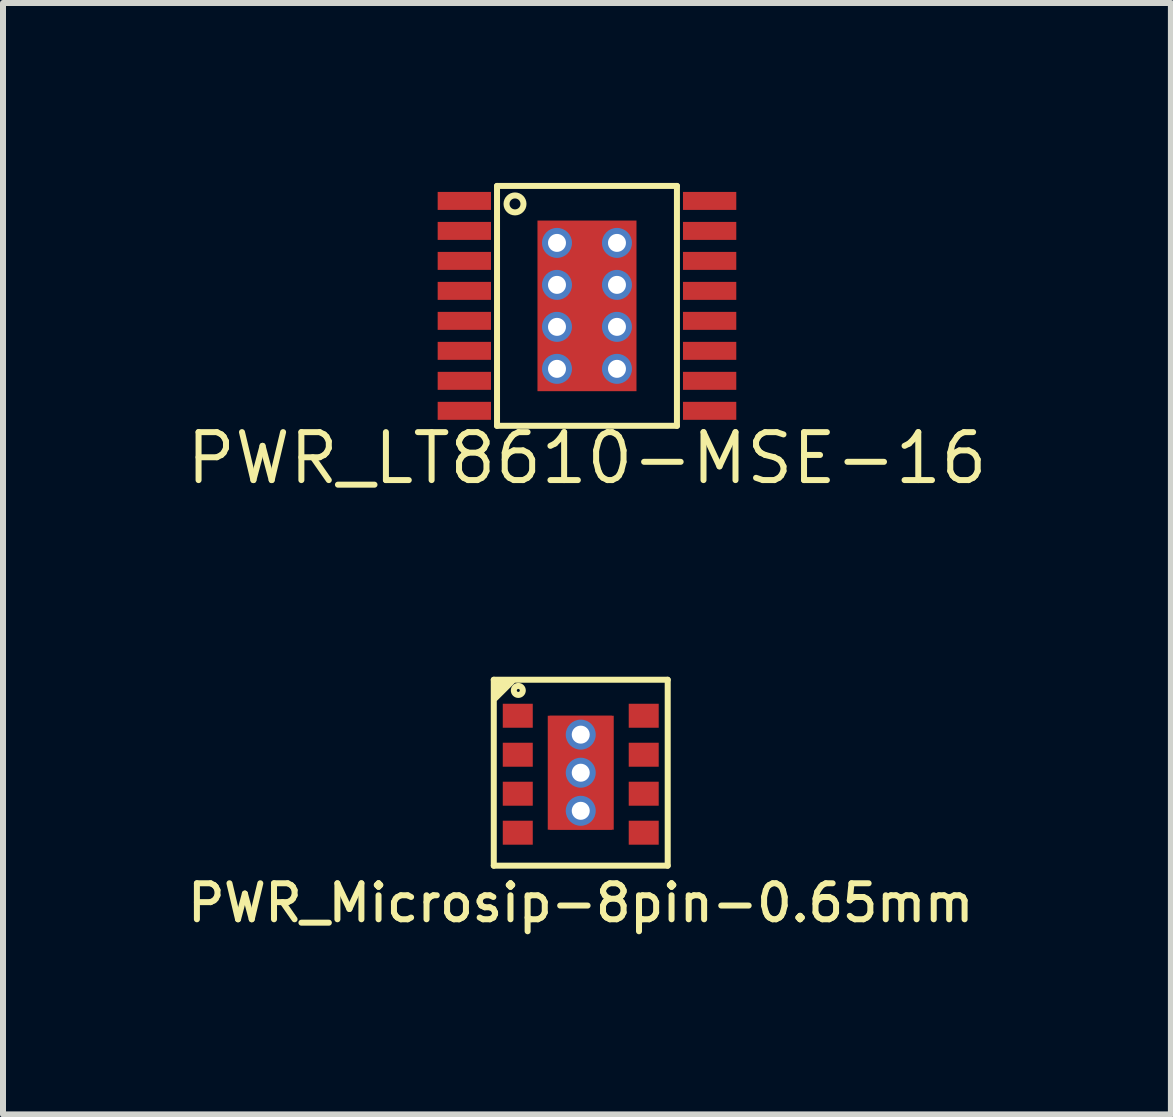
<source format=kicad_pcb>
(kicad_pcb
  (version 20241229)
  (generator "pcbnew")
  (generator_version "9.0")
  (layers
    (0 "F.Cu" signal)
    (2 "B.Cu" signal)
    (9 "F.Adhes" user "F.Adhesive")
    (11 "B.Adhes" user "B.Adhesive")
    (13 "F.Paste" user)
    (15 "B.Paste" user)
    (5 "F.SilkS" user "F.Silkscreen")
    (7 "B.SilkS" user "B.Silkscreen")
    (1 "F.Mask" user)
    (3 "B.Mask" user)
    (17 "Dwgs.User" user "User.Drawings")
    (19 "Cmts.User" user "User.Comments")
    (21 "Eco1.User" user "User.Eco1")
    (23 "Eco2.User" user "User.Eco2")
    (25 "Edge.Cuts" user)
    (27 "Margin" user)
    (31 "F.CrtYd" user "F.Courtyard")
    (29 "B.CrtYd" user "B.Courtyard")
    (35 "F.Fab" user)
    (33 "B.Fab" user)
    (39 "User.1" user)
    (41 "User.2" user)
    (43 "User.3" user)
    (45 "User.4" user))
  (footprint "PWR_Microsip-8pin-0.65mm"
    (layer "F.Cu")
    (at 6.633 9.834)
    (property "Reference" "PWR_Microsip-8pin-0.65mm" (at 0 2.171 0) (layer "F.SilkS") (effects (font (size 0.6 0.6) (thickness 0.1))))
    (attr through_hole)
    (fp_line (start -1.45 -1.55) (end -1.45 1.55) (stroke (width 0.1) (type solid)) (layer "F.SilkS"))
    (fp_line (start -1.45 -1.55) (end 1.45 -1.55) (stroke (width 0.1) (type solid)) (layer "F.SilkS"))
    (fp_line (start -1.45 1.55) (end 1.45 1.55) (stroke (width 0.1) (type solid)) (layer "F.SilkS"))
    (fp_line (start -1.422 -1.422) (end -1.321 -1.524) (stroke (width 0.1) (type solid)) (layer "F.SilkS"))
    (fp_line (start -1.422 -1.321) (end -1.219 -1.524) (stroke (width 0.1) (type solid)) (layer "F.SilkS"))
    (fp_line (start -1.422 -1.245) (end -1.143 -1.524) (stroke (width 0.1) (type solid)) (layer "F.SilkS"))
    (fp_line (start 1.45 -1.55) (end 1.45 1.55) (stroke (width 0.1) (type solid)) (layer "F.SilkS"))
    (fp_circle (center -1.041 -1.372) (end -1.041 -1.397) (stroke (width 0.1) (type solid)) (fill no) (layer "F.SilkS"))
    (pad "1" smd rect (at -1.05 -0.95) (size 0.5 0.4) (layers "F.Cu" "F.Mask" "F.Paste"))
    (pad "2" smd rect (at -1.05 -0.3) (size 0.5 0.4) (layers "F.Cu" "F.Mask" "F.Paste"))
    (pad "3" smd rect (at -1.05 0.35) (size 0.5 0.4) (layers "F.Cu" "F.Mask" "F.Paste"))
    (pad "4" smd rect (at -1.05 1) (size 0.5 0.4) (layers "F.Cu" "F.Mask" "F.Paste"))
    (pad "5" smd rect (at 1.05 1) (size 0.5 0.4) (layers "F.Cu" "F.Mask" "F.Paste"))
    (pad "6" smd rect (at 1.05 0.35) (size 0.5 0.4) (layers "F.Cu" "F.Mask" "F.Paste"))
    (pad "7" smd rect (at 1.05 -0.3) (size 0.5 0.4) (layers "F.Cu" "F.Mask" "F.Paste"))
    (pad "8" smd rect (at 1.05 -0.95) (size 0.5 0.4) (layers "F.Cu" "F.Mask" "F.Paste"))
    (pad "9" thru_hole circle (at 0 -0.635) (size 0.5 0.5) (drill 0.3) (layers "*.Cu" "*.Mask"))
    (pad "9" smd rect (at 0 -0.525) (size 1.04 0.85) (layers "F.Cu" "F.Mask" "F.Paste"))
    (pad "9" thru_hole circle (at 0 0) (size 0.5 0.5) (drill 0.3) (layers "*.Cu" "*.Mask"))
    (pad "9" smd rect (at 0 0) (size 1.1 1.9) (layers "F.Cu" "F.Mask"))
    (pad "9" smd rect (at 0 0.525) (size 1.04 0.85) (layers "F.Cu" "F.Mask" "F.Paste"))
    (pad "9" thru_hole circle (at 0 0.635) (size 0.5 0.5) (drill 0.3) (layers "*.Cu" "*.Mask")))
  (footprint "PWR_LT8610-MSE-16"
    (layer "F.Cu")
    (at 6.737 2.05)
    (property "Reference" "PWR_LT8610-MSE-16" (at 0 2.54 0) (layer "F.SilkS") (effects (font (size 0.8 0.8) (thickness 0.1))))
    (attr through_hole)
    (fp_line (start -1.5 -2) (end -1.5 2) (stroke (width 0.1) (type solid)) (layer "F.SilkS"))
    (fp_line (start -1.5 -2) (end 1.5 -2) (stroke (width 0.1) (type solid)) (layer "F.SilkS"))
    (fp_line (start -1.5 2) (end 1.5 2) (stroke (width 0.1) (type solid)) (layer "F.SilkS"))
    (fp_line (start 1.5 -2) (end 1.5 2) (stroke (width 0.1) (type solid)) (layer "F.SilkS"))
    (fp_circle (center -1.2 -1.7) (end -1.3 -1.8) (stroke (width 0.1) (type solid)) (fill no) (layer "F.SilkS"))
    (pad "1" smd rect (at -2.045 -1.75 270) (size 0.3 0.889) (layers "F.Cu" "F.Mask" "F.Paste"))
    (pad "2" smd rect (at -2.045 -1.25 270) (size 0.3 0.889) (layers "F.Cu" "F.Mask" "F.Paste"))
    (pad "3" smd rect (at -2.045 -0.75 270) (size 0.3 0.889) (layers "F.Cu" "F.Mask" "F.Paste"))
    (pad "4" smd rect (at -2.045 -0.25 270) (size 0.3 0.889) (layers "F.Cu" "F.Mask" "F.Paste"))
    (pad "5" smd rect (at -2.045 0.25 270) (size 0.3 0.889) (layers "F.Cu" "F.Mask" "F.Paste"))
    (pad "6" smd rect (at -2.045 0.75 270) (size 0.3 0.889) (layers "F.Cu" "F.Mask" "F.Paste"))
    (pad "7" smd rect (at -2.045 1.25 270) (size 0.3 0.889) (layers "F.Cu" "F.Mask" "F.Paste"))
    (pad "8" smd rect (at -2.045 1.75 270) (size 0.3 0.889) (layers "F.Cu" "F.Mask" "F.Paste"))
    (pad "9" smd rect (at 2.045 1.75 270) (size 0.3 0.889) (layers "F.Cu" "F.Mask" "F.Paste"))
    (pad "10" smd rect (at 2.045 1.25 270) (size 0.3 0.889) (layers "F.Cu" "F.Mask" "F.Paste"))
    (pad "11" smd rect (at 2.045 0.75 270) (size 0.3 0.889) (layers "F.Cu" "F.Mask" "F.Paste"))
    (pad "12" smd rect (at 2.045 0.25 270) (size 0.3 0.889) (layers "F.Cu" "F.Mask" "F.Paste"))
    (pad "13" smd rect (at 2.045 -0.25 270) (size 0.3 0.889) (layers "F.Cu" "F.Mask" "F.Paste"))
    (pad "14" smd rect (at 2.045 -0.75 270) (size 0.3 0.889) (layers "F.Cu" "F.Mask" "F.Paste"))
    (pad "15" smd rect (at 2.045 -1.25 270) (size 0.3 0.889) (layers "F.Cu" "F.Mask" "F.Paste"))
    (pad "16" smd rect (at 2.045 -1.75 270) (size 0.3 0.889) (layers "F.Cu" "F.Mask" "F.Paste"))
    (pad "17" thru_hole circle (at -0.5 -1.05 270) (size 0.5 0.5) (drill 0.3) (layers "*.Cu" "F.Mask"))
    (pad "17" thru_hole circle (at -0.5 -0.35 270) (size 0.5 0.5) (drill 0.3) (layers "*.Cu" "F.Mask"))
    (pad "17" thru_hole circle (at -0.5 0.35 270) (size 0.5 0.5) (drill 0.3) (layers "*.Cu" "F.Mask"))
    (pad "17" thru_hole circle (at -0.5 1.05 270) (size 0.5 0.5) (drill 0.3) (layers "*.Cu" "F.Mask"))
    (pad "17" smd rect (at 0 0 270) (size 2.845 1.651) (layers "F.Cu" "F.Mask" "F.Paste"))
    (pad "17" thru_hole circle (at 0.5 -1.05 270) (size 0.5 0.5) (drill 0.3) (layers "*.Cu" "F.Mask"))
    (pad "17" thru_hole circle (at 0.5 -0.35 270) (size 0.5 0.5) (drill 0.3) (layers "*.Cu" "F.Mask"))
    (pad "17" thru_hole circle (at 0.5 0.35 270) (size 0.5 0.5) (drill 0.3) (layers "*.Cu" "F.Mask"))
    (pad "17" thru_hole circle (at 0.5 1.05 270) (size 0.5 0.5) (drill 0.3) (layers "*.Cu" "F.Mask")))
  (gr_rect
    (start -3 -3)
    (end 16.473 15.531)
    (stroke (width 0.1) (type default))
    (fill no)
    (layer "Edge.Cuts")))
</source>
